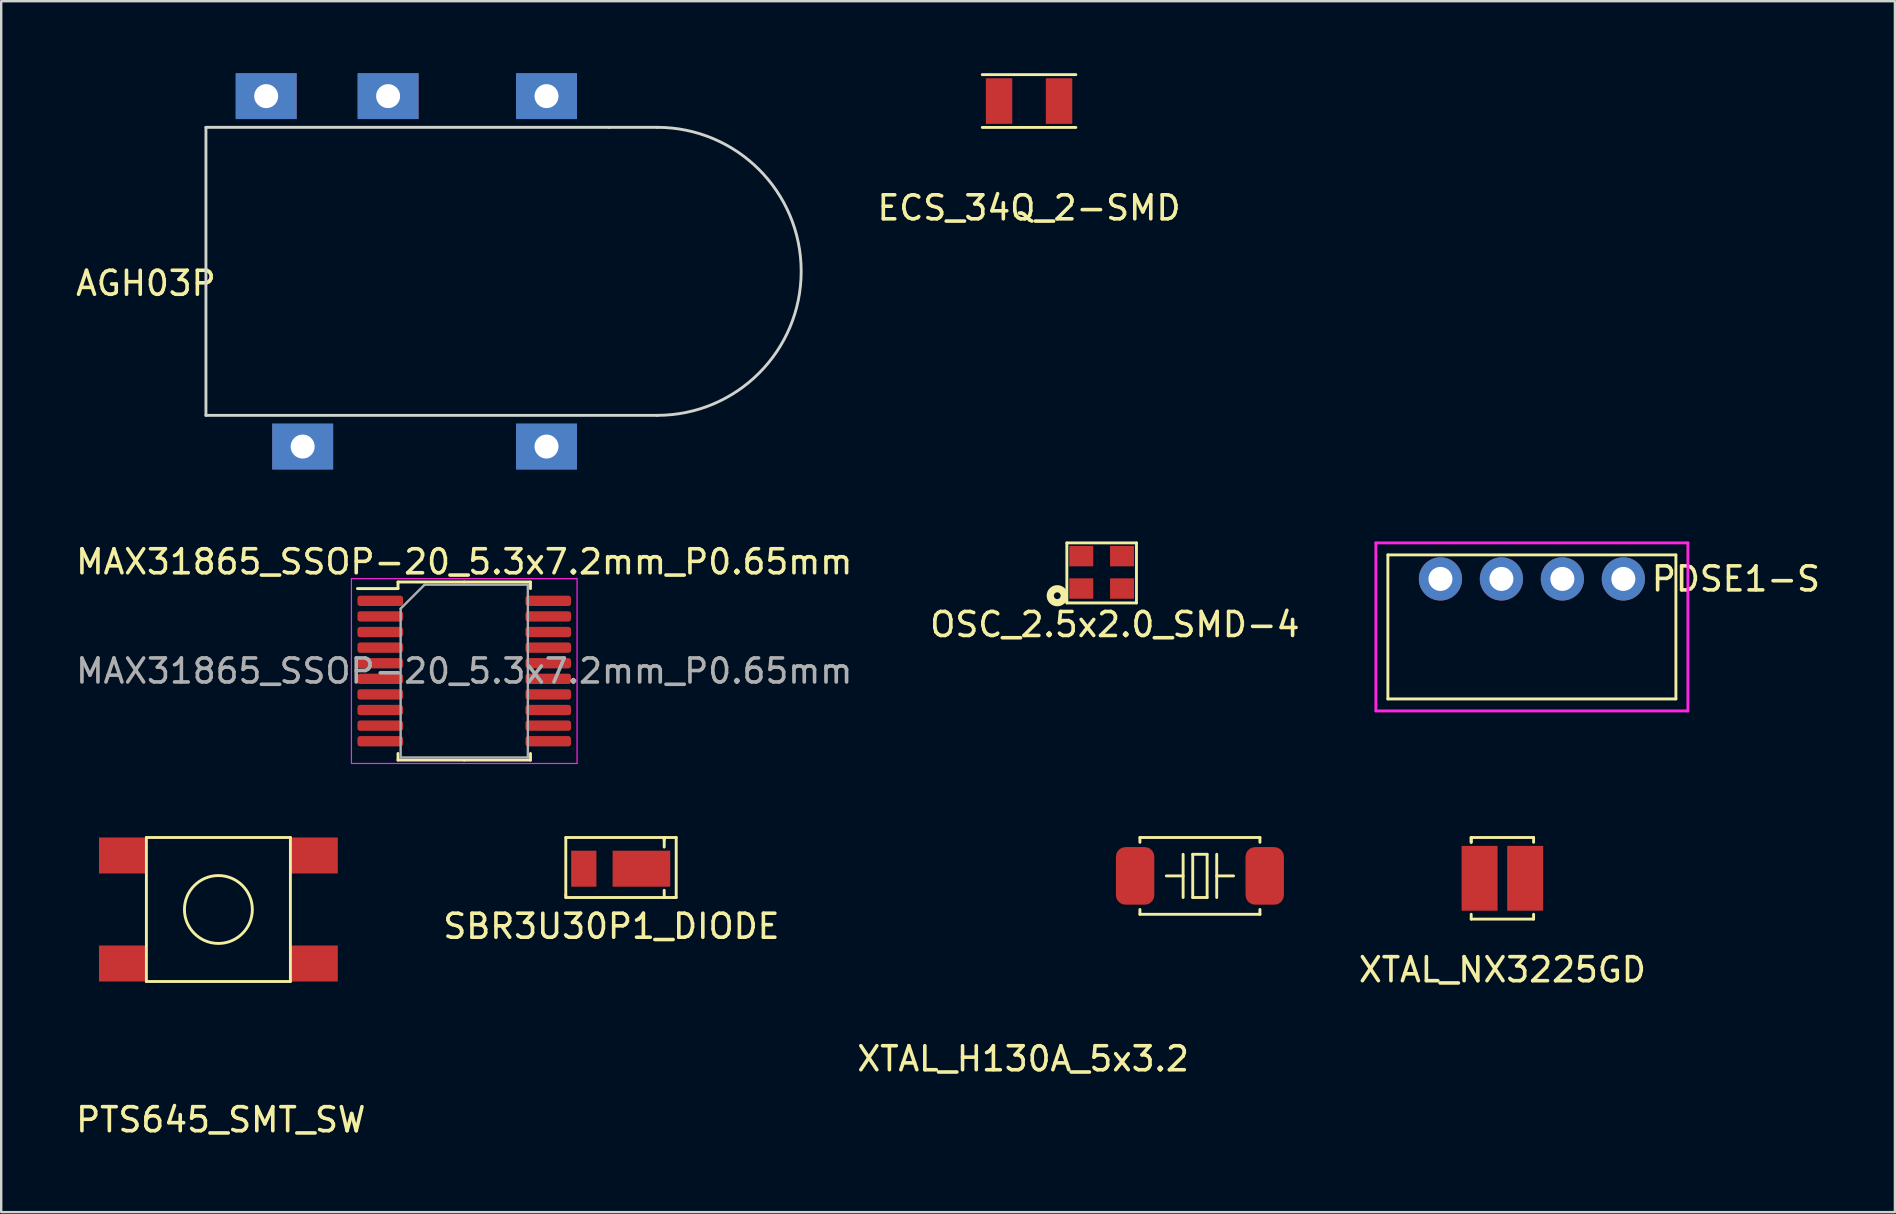
<source format=kicad_pcb>
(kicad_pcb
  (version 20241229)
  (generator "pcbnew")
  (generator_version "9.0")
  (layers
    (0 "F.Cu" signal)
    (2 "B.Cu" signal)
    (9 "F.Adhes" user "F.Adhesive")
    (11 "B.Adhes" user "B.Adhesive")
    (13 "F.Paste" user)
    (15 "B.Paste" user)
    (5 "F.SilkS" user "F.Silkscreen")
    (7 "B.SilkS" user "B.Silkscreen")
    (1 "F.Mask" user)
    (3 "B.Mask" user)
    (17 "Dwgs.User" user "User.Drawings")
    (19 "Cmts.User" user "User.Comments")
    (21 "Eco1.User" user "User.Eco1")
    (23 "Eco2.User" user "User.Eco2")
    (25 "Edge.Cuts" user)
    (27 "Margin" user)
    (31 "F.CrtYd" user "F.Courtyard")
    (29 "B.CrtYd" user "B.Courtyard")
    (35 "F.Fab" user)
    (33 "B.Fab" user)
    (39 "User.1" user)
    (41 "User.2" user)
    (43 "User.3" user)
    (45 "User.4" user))
  (footprint "PDSE1-S"
    (layer "F.Cu")
    (at 60.774 21.07)
    (property "Reference" "PDSE1-S" (at 8.5 0 0) (layer "F.SilkS") (effects (font (size 1 1) (thickness 0.15))))
    (attr through_hole)
    (fp_line (start -6 -1) (end 6 -1) (stroke (width 0.12) (type solid)) (layer "F.SilkS"))
    (fp_line (start -6 5) (end -6 -1) (stroke (width 0.12) (type solid)) (layer "F.SilkS"))
    (fp_line (start 6 -1) (end 6 5) (stroke (width 0.12) (type solid)) (layer "F.SilkS"))
    (fp_line (start 6 5) (end -6 5) (stroke (width 0.12) (type solid)) (layer "F.SilkS"))
    (fp_line (start -6.5 -1.5) (end 6.5 -1.5) (stroke (width 0.12) (type solid)) (layer "F.CrtYd"))
    (fp_line (start -6.5 5.5) (end -6.5 -1.5) (stroke (width 0.12) (type solid)) (layer "F.CrtYd"))
    (fp_line (start 6.5 -1.5) (end 6.5 5.5) (stroke (width 0.12) (type solid)) (layer "F.CrtYd"))
    (fp_line (start 6.5 5.5) (end -6.5 5.5) (stroke (width 0.12) (type solid)) (layer "F.CrtYd"))
    (pad "1" thru_hole circle (at 3.81 0) (size 1.8 1.8) (drill 1) (layers "*.Cu" "*.Mask"))
    (pad "2" thru_hole circle (at 1.27 0) (size 1.8 1.8) (drill 1) (layers "*.Cu" "*.Mask"))
    (pad "3" thru_hole circle (at -1.27 0) (size 1.8 1.8) (drill 1) (layers "*.Cu" "*.Mask"))
    (pad "4" thru_hole circle (at -3.81 0) (size 1.8 1.8) (drill 1) (layers "*.Cu" "*.Mask")))
  (footprint "MAX31865_SSOP-20_5.3x7.2mm_P0.65mm"
    (layer "F.Cu")
    (at 16.292 24.908)
    (property "Reference" "MAX31865_SSOP-20_5.3x7.2mm_P0.65mm" (at 0 -4.55 0) (layer "F.SilkS") (effects (font (size 1 1) (thickness 0.15))))
    (attr smd)
    (fp_line (start -2.76 -3.71) (end -2.76 -3.435) (stroke (width 0.12) (type solid)) (layer "F.SilkS"))
    (fp_line (start -2.76 -3.435) (end -4.45 -3.435) (stroke (width 0.12) (type solid)) (layer "F.SilkS"))
    (fp_line (start -2.76 3.71) (end -2.76 3.435) (stroke (width 0.12) (type solid)) (layer "F.SilkS"))
    (fp_line (start 0 -3.71) (end -2.76 -3.71) (stroke (width 0.12) (type solid)) (layer "F.SilkS"))
    (fp_line (start 0 -3.71) (end 2.76 -3.71) (stroke (width 0.12) (type solid)) (layer "F.SilkS"))
    (fp_line (start 0 3.71) (end -2.76 3.71) (stroke (width 0.12) (type solid)) (layer "F.SilkS"))
    (fp_line (start 0 3.71) (end 2.76 3.71) (stroke (width 0.12) (type solid)) (layer "F.SilkS"))
    (fp_line (start 2.76 -3.71) (end 2.76 -3.435) (stroke (width 0.12) (type solid)) (layer "F.SilkS"))
    (fp_line (start 2.76 3.71) (end 2.76 3.435) (stroke (width 0.12) (type solid)) (layer "F.SilkS"))
    (fp_line (start -4.7 -3.85) (end -4.7 3.85) (stroke (width 0.05) (type solid)) (layer "F.CrtYd"))
    (fp_line (start -4.7 3.85) (end 4.7 3.85) (stroke (width 0.05) (type solid)) (layer "F.CrtYd"))
    (fp_line (start 4.7 -3.85) (end -4.7 -3.85) (stroke (width 0.05) (type solid)) (layer "F.CrtYd"))
    (fp_line (start 4.7 3.85) (end 4.7 -3.85) (stroke (width 0.05) (type solid)) (layer "F.CrtYd"))
    (fp_line (start -2.65 -2.6) (end -1.65 -3.6) (stroke (width 0.1) (type solid)) (layer "F.Fab"))
    (fp_line (start -2.65 3.6) (end -2.65 -2.6) (stroke (width 0.1) (type solid)) (layer "F.Fab"))
    (fp_line (start -1.65 -3.6) (end 2.65 -3.6) (stroke (width 0.1) (type solid)) (layer "F.Fab"))
    (fp_line (start 2.65 -3.6) (end 2.65 3.6) (stroke (width 0.1) (type solid)) (layer "F.Fab"))
    (fp_line (start 2.65 3.6) (end -2.65 3.6) (stroke (width 0.1) (type solid)) (layer "F.Fab"))
    (fp_text user "${REFERENCE}" (at 0 0 0) (layer "F.Fab") (effects (font (size 1 1) (thickness 0.15))))
    (pad "1" smd roundrect (at -3.5 -2.925) (size 1.9 0.43) (layers "F.Cu" "F.Mask" "F.Paste") (roundrect_rratio 0.25))
    (pad "2" smd roundrect (at -3.5 -2.275) (size 1.9 0.43) (layers "F.Cu" "F.Mask" "F.Paste") (roundrect_rratio 0.25))
    (pad "3" smd roundrect (at -3.5 -1.625) (size 1.9 0.43) (layers "F.Cu" "F.Mask" "F.Paste") (roundrect_rratio 0.25))
    (pad "4" smd roundrect (at -3.5 -0.975) (size 1.9 0.43) (layers "F.Cu" "F.Mask" "F.Paste") (roundrect_rratio 0.25))
    (pad "5" smd roundrect (at -3.5 -0.325) (size 1.9 0.43) (layers "F.Cu" "F.Mask" "F.Paste") (roundrect_rratio 0.25))
    (pad "6" smd roundrect (at -3.5 0.325) (size 1.9 0.43) (layers "F.Cu" "F.Mask" "F.Paste") (roundrect_rratio 0.25))
    (pad "7" smd roundrect (at -3.5 0.975) (size 1.9 0.43) (layers "F.Cu" "F.Mask" "F.Paste") (roundrect_rratio 0.25))
    (pad "8" smd roundrect (at -3.5 1.625) (size 1.9 0.43) (layers "F.Cu" "F.Mask" "F.Paste") (roundrect_rratio 0.25))
    (pad "9" smd roundrect (at -3.5 2.275) (size 1.9 0.43) (layers "F.Cu" "F.Mask" "F.Paste") (roundrect_rratio 0.25))
    (pad "10" smd roundrect (at -3.5 2.925) (size 1.9 0.43) (layers "F.Cu" "F.Mask" "F.Paste") (roundrect_rratio 0.25))
    (pad "11" smd roundrect (at 3.5 2.925) (size 1.9 0.43) (layers "F.Cu" "F.Mask" "F.Paste") (roundrect_rratio 0.25))
    (pad "12" smd roundrect (at 3.5 2.275) (size 1.9 0.43) (layers "F.Cu" "F.Mask" "F.Paste") (roundrect_rratio 0.25))
    (pad "13" smd roundrect (at 3.5 1.625) (size 1.9 0.43) (layers "F.Cu" "F.Mask" "F.Paste") (roundrect_rratio 0.25))
    (pad "14" smd roundrect (at 3.5 0.975) (size 1.9 0.43) (layers "F.Cu" "F.Mask" "F.Paste") (roundrect_rratio 0.25))
    (pad "15" smd roundrect (at 3.5 0.325) (size 1.9 0.43) (layers "F.Cu" "F.Mask" "F.Paste") (roundrect_rratio 0.25))
    (pad "16" smd roundrect (at 3.5 -0.325) (size 1.9 0.43) (layers "F.Cu" "F.Mask" "F.Paste") (roundrect_rratio 0.25))
    (pad "17" smd roundrect (at 3.5 -0.975) (size 1.9 0.43) (layers "F.Cu" "F.Mask" "F.Paste") (roundrect_rratio 0.25))
    (pad "18" smd roundrect (at 3.5 -1.625) (size 1.9 0.43) (layers "F.Cu" "F.Mask" "F.Paste") (roundrect_rratio 0.25))
    (pad "19" smd roundrect (at 3.5 -2.275) (size 1.9 0.43) (layers "F.Cu" "F.Mask" "F.Paste") (roundrect_rratio 0.25))
    (pad "20" smd roundrect (at 3.5 -2.925) (size 1.9 0.43) (layers "F.Cu" "F.Mask" "F.Paste") (roundrect_rratio 0.25)))
  (footprint "SBR3U30P1_DIODE"
    (layer "F.Cu")
    (at 22.823 33.143)
    (property "Reference" "SBR3U30P1_DIODE" (at -0.4 2.4 0) (layer "F.SilkS") (effects (font (size 1 1) (thickness 0.15))))
    (attr through_hole)
    (fp_line (start -2.3 -1.3) (end -2.3 1.1) (stroke (width 0.12) (type solid)) (layer "F.SilkS"))
    (fp_line (start -2.3 1.1) (end -2.3 1.2) (stroke (width 0.12) (type solid)) (layer "F.SilkS"))
    (fp_line (start -2.3 1.2) (end 1.8 1.2) (stroke (width 0.12) (type solid)) (layer "F.SilkS"))
    (fp_line (start 1.8 -1.3) (end 1.8 -1.2) (stroke (width 0.12) (type solid)) (layer "F.SilkS"))
    (fp_line (start 1.8 -0.9) (end 1.8 -1.3) (stroke (width 0.12) (type solid)) (layer "F.SilkS"))
    (fp_line (start 1.8 0.9) (end 1.8 1.2) (stroke (width 0.12) (type solid)) (layer "F.SilkS"))
    (fp_line (start 1.8 1.2) (end 1.9 1.2) (stroke (width 0.12) (type solid)) (layer "F.SilkS"))
    (fp_line (start 1.9 1.2) (end 2.2 1.2) (stroke (width 0.12) (type solid)) (layer "F.SilkS"))
    (fp_line (start 2.2 1.2) (end 2.3 1.2) (stroke (width 0.12) (type solid)) (layer "F.SilkS"))
    (fp_line (start 2.3 -1.3) (end -2.3 -1.3) (stroke (width 0.12) (type solid)) (layer "F.SilkS"))
    (fp_line (start 2.3 1.2) (end 2.3 -1.3) (stroke (width 0.12) (type solid)) (layer "F.SilkS"))
    (pad "1" smd rect (at 0.85 0) (size 2.4 1.5) (layers "F.Cu" "F.Mask" "F.Paste"))
    (pad "2" smd rect (at -1.55 0) (size 1.05 1.5) (layers "F.Cu" "F.Mask" "F.Paste")))
  (footprint "PTS645_SMT_SW"
    (layer "F.Cu")
    (at 6.049 34.843)
    (property "Reference" "PTS645_SMT_SW" (at 0.1 8.76 0) (layer "F.SilkS") (effects (font (size 1 1) (thickness 0.15))))
    (attr through_hole)
    (fp_line (start -3 -3) (end 3 -3) (stroke (width 0.12) (type solid)) (layer "F.SilkS"))
    (fp_line (start -3 3) (end -3 -3) (stroke (width 0.12) (type solid)) (layer "F.SilkS"))
    (fp_line (start 3 -3) (end 3 3) (stroke (width 0.12) (type solid)) (layer "F.SilkS"))
    (fp_line (start 3 3) (end -3 3) (stroke (width 0.12) (type solid)) (layer "F.SilkS"))
    (fp_circle (center 0 0) (end 1 -1) (stroke (width 0.12) (type solid)) (fill no) (layer "F.SilkS"))
    (pad "1" smd rect (at -3.975 -2.25) (size 2 1.5) (layers "F.Cu" "F.Mask" "F.Paste"))
    (pad "2" smd rect (at 3.975 -2.25) (size 2 1.5) (layers "F.Cu" "F.Mask" "F.Paste"))
    (pad "3" smd rect (at -3.975 2.25) (size 2 1.5) (layers "F.Cu" "F.Mask" "F.Paste"))
    (pad "4" smd rect (at 3.975 2.25) (size 2 1.5) (layers "F.Cu" "F.Mask" "F.Paste")))
  (footprint "AGH03P"
    (layer "F.Cu")
    (at 6.13 8.255)
    (property "Reference" "AGH03P" (at -3.1 0.5 0) (layer "F.SilkS") (effects (font (size 1 1) (thickness 0.15))))
    (attr smd)
    (fp_line (start -0.6 -6) (end 16.2 -6) (stroke (width 0.12) (type solid)) (layer "Edge.Cuts"))
    (fp_line (start -0.6 6) (end -0.6 -6) (stroke (width 0.12) (type solid)) (layer "Edge.Cuts"))
    (fp_line (start 16.2 -6) (end 18.2 -6) (stroke (width 0.12) (type solid)) (layer "Edge.Cuts"))
    (fp_line (start 18.2 6) (end -0.6 6) (stroke (width 0.12) (type solid)) (layer "Edge.Cuts"))
    (fp_arc (start 18.2 -6) (mid 24.2 0) (end 18.2 6) (stroke (width 0.12) (type solid)) (layer "Edge.Cuts"))
    (pad "1" thru_hole rect (at 1.91 -7.3) (size 2.54 1.91) (drill 1) (layers "*.Cu" "*.Mask"))
    (pad "2" thru_hole rect (at 6.99 -7.3) (size 2.54 1.91) (drill 1) (layers "*.Cu" "*.Mask"))
    (pad "3" thru_hole rect (at 3.43 7.3) (size 2.54 1.91) (drill 1) (layers "*.Cu" "*.Mask"))
    (pad "4" thru_hole rect (at 13.59 7.3) (size 2.54 1.91) (drill 1) (layers "*.Cu" "*.Mask"))
    (pad "5" thru_hole rect (at 13.59 -7.3) (size 2.54 1.91) (drill 1) (layers "*.Cu" "*.Mask")))
  (footprint "OSC_2.5x2.0_SMD-4"
    (layer "F.Cu")
    (at 41.999 21.47)
    (property "Reference" "OSC_2.5x2.0_SMD-4" (at 1.4 1.5 0) (layer "F.SilkS") (effects (font (size 1 1) (thickness 0.15))))
    (attr through_hole)
    (fp_line (start -0.6 -1.9) (end -0.6 0.6) (stroke (width 0.12) (type solid)) (layer "F.SilkS"))
    (fp_line (start -0.6 0.6) (end 2.3 0.6) (stroke (width 0.12) (type solid)) (layer "F.SilkS"))
    (fp_line (start 2.3 -1.9) (end -0.6 -1.9) (stroke (width 0.12) (type solid)) (layer "F.SilkS"))
    (fp_line (start 2.3 0.6) (end 2.3 -1.9) (stroke (width 0.12) (type solid)) (layer "F.SilkS"))
    (fp_circle (center -1 0.3) (end -0.859 0.3) (stroke (width 0.3) (type solid)) (fill no) (layer "F.SilkS"))
    (pad "1" smd rect (at 0 0) (size 1 0.85) (layers "F.Cu" "F.Mask" "F.Paste"))
    (pad "2" smd rect (at 1.7 0) (size 1 0.85) (layers "F.Cu" "F.Mask" "F.Paste"))
    (pad "3" smd rect (at 1.7 -1.35) (size 1 0.85) (layers "F.Cu" "F.Mask" "F.Paste"))
    (pad "4" smd rect (at 0 -1.35) (size 1 0.85) (layers "F.Cu" "F.Mask" "F.Paste")))
  (footprint "XTAL_NX3225GD"
    (layer "F.Cu")
    (at 59.545 33.543)
    (property "Reference" "XTAL_NX3225GD" (at 0 3.81 0) (layer "F.SilkS") (effects (font (size 1 1) (thickness 0.15))))
    (attr through_hole)
    (fp_line (start -1.3 -1.7) (end -1.3 -1.5) (stroke (width 0.12) (type solid)) (layer "F.SilkS"))
    (fp_line (start -1.3 -1.7) (end 1.3 -1.7) (stroke (width 0.12) (type solid)) (layer "F.SilkS"))
    (fp_line (start -1.3 -1.5) (end -1.3 -1.7) (stroke (width 0.12) (type solid)) (layer "F.SilkS"))
    (fp_line (start -1.3 1.5) (end -1.3 1.7) (stroke (width 0.12) (type solid)) (layer "F.SilkS"))
    (fp_line (start -1.3 1.7) (end 1.3 1.7) (stroke (width 0.12) (type solid)) (layer "F.SilkS"))
    (fp_line (start 1.3 -1.7) (end 1.3 -1.5) (stroke (width 0.12) (type solid)) (layer "F.SilkS"))
    (fp_line (start 1.3 1.7) (end 1.3 1.5) (stroke (width 0.12) (type solid)) (layer "F.SilkS"))
    (pad "1" smd rect (at -0.95 0) (size 1.5 2.7) (layers "F.Cu" "F.Mask" "F.Paste"))
    (pad "2" smd rect (at 0.95 0) (size 1.5 2.7) (layers "F.Cu" "F.Mask" "F.Paste")))
  (footprint "XTAL_H130A_5x3.2"
    (layer "F.Cu")
    (at 46.943 33.443)
    (property "Reference" "XTAL_H130A_5x3.2" (at -7.366 7.62 0) (layer "F.SilkS") (effects (font (size 1 1) (thickness 0.15))))
    (attr through_hole)
    (fp_line (start -2.5 -1.6) (end -2.5 -1.4) (stroke (width 0.12) (type solid)) (layer "F.SilkS"))
    (fp_line (start -2.5 -1.6) (end 2.5 -1.6) (stroke (width 0.12) (type solid)) (layer "F.SilkS"))
    (fp_line (start -2.5 1.4) (end -2.5 1.6) (stroke (width 0.12) (type solid)) (layer "F.SilkS"))
    (fp_line (start -2.5 1.6) (end 2.5 1.6) (stroke (width 0.12) (type solid)) (layer "F.SilkS"))
    (fp_line (start -0.7 -0.9) (end -0.7 0.9) (stroke (width 0.12) (type solid)) (layer "F.SilkS"))
    (fp_line (start -0.7 0) (end -1.4 0) (stroke (width 0.12) (type solid)) (layer "F.SilkS"))
    (fp_line (start -0.3 -0.9) (end 0.3 -0.9) (stroke (width 0.12) (type solid)) (layer "F.SilkS"))
    (fp_line (start -0.3 0.9) (end -0.3 -0.9) (stroke (width 0.12) (type solid)) (layer "F.SilkS"))
    (fp_line (start 0.3 -0.9) (end 0.3 0.9) (stroke (width 0.12) (type solid)) (layer "F.SilkS"))
    (fp_line (start 0.3 0.9) (end -0.3 0.9) (stroke (width 0.12) (type solid)) (layer "F.SilkS"))
    (fp_line (start 0.7 -0.9) (end 0.7 0.9) (stroke (width 0.12) (type solid)) (layer "F.SilkS"))
    (fp_line (start 0.7 0) (end 1.4 0) (stroke (width 0.12) (type solid)) (layer "F.SilkS"))
    (fp_line (start 2.5 -1.6) (end 2.5 -1.4) (stroke (width 0.12) (type solid)) (layer "F.SilkS"))
    (fp_line (start 2.5 1.6) (end 2.5 1.4) (stroke (width 0.12) (type solid)) (layer "F.SilkS"))
    (pad "1" smd roundrect (at -2.7 0) (size 1.6 2.4) (layers "F.Cu" "F.Mask" "F.Paste") (roundrect_rratio 0.25))
    (pad "2" smd roundrect (at 2.7 0) (size 1.6 2.4) (layers "F.Cu" "F.Mask" "F.Paste") (roundrect_rratio 0.25)))
  (footprint "ECS_34Q_2-SMD"
    (layer "F.Cu")
    (at 39.824 1.16)
    (property "Reference" "ECS_34Q_2-SMD" (at 0 4.45 0) (layer "F.SilkS") (effects (font (size 1 1) (thickness 0.15))))
    (attr through_hole)
    (fp_line (start -1.95 -1.1) (end 1.95 -1.1) (stroke (width 0.12) (type solid)) (layer "F.SilkS"))
    (fp_line (start 1.95 1.1) (end -1.95 1.1) (stroke (width 0.12) (type solid)) (layer "F.SilkS"))
    (pad "1" smd rect (at -1.25 0) (size 1.1 1.9) (layers "F.Cu" "F.Mask" "F.Paste"))
    (pad "2" smd rect (at 1.25 0) (size 1.1 1.9) (layers "F.Cu" "F.Mask" "F.Paste")))
  (gr_rect
    (start -3 -3)
    (end 75.899 47.452)
    (stroke (width 0.1) (type default))
    (fill no)
    (layer "Edge.Cuts")))
</source>
